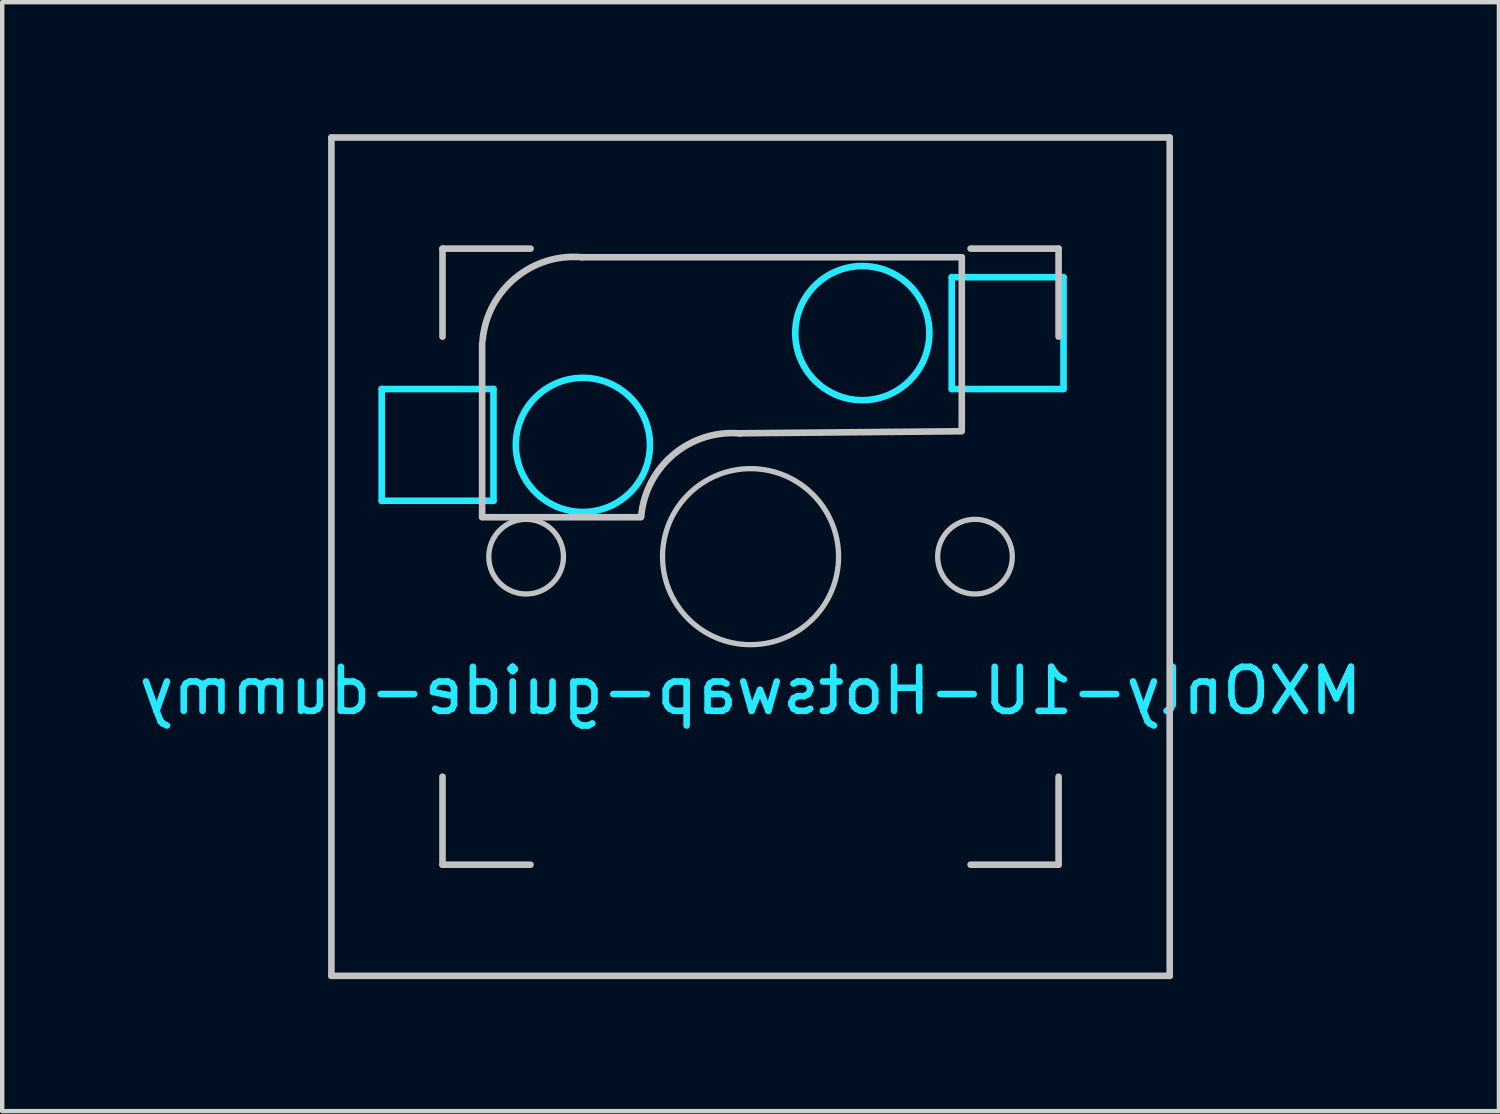
<source format=kicad_pcb>
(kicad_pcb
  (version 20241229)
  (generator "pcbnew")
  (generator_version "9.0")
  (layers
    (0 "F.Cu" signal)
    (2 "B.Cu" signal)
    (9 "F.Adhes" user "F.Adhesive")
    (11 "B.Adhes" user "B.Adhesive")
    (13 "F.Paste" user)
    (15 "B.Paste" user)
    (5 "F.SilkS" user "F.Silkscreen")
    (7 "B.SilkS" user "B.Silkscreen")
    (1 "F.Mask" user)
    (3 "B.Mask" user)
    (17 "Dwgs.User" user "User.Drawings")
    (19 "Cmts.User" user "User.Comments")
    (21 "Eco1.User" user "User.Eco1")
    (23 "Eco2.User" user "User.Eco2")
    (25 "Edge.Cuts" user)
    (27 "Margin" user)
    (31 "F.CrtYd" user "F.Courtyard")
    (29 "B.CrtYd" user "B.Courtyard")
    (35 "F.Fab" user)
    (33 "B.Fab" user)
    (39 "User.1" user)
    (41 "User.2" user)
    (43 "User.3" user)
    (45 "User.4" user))
  (footprint "MXOnly-1U-Hotswap-guide-dummy"
    (layer "F.Cu")
    (at 14.006 9.6)
    (property "Reference" "MXOnly-1U-Hotswap-guide-dummy" (at 0 3.048 0) (layer "B.CrtYd") (effects (font (size 1 1) (thickness 0.15)) (justify mirror)))
    (attr smd)
    (fp_line (start -9.525 -9.525) (end 9.525 -9.525) (stroke (width 0.15) (type solid)) (layer "Dwgs.User"))
    (fp_line (start -9.525 9.525) (end -9.525 -9.525) (stroke (width 0.15) (type solid)) (layer "Dwgs.User"))
    (fp_line (start -7 -7) (end -7 -5) (stroke (width 0.15) (type solid)) (layer "Dwgs.User"))
    (fp_line (start -7 5) (end -7 7) (stroke (width 0.15) (type solid)) (layer "Dwgs.User"))
    (fp_line (start -7 7) (end -5 7) (stroke (width 0.15) (type solid)) (layer "Dwgs.User"))
    (fp_line (start -6.1 -4.85) (end -6.1 -0.905) (stroke (width 0.15) (type solid)) (layer "Dwgs.User"))
    (fp_line (start -6.1 -0.896) (end -2.49 -0.896) (stroke (width 0.15) (type solid)) (layer "Dwgs.User"))
    (fp_line (start -5 -7) (end -7 -7) (stroke (width 0.15) (type solid)) (layer "Dwgs.User"))
    (fp_line (start 4.8 -6.804) (end -3.825 -6.804) (stroke (width 0.15) (type solid)) (layer "Dwgs.User"))
    (fp_line (start 4.8 -2.896) (end 4.8 -6.804) (stroke (width 0.15) (type solid)) (layer "Dwgs.User"))
    (fp_line (start 4.8 -2.85) (end -0.25 -2.804) (stroke (width 0.15) (type solid)) (layer "Dwgs.User"))
    (fp_line (start 5 -7) (end 7 -7) (stroke (width 0.15) (type solid)) (layer "Dwgs.User"))
    (fp_line (start 5 7) (end 7 7) (stroke (width 0.15) (type solid)) (layer "Dwgs.User"))
    (fp_line (start 7 -7) (end 7 -5) (stroke (width 0.15) (type solid)) (layer "Dwgs.User"))
    (fp_line (start 7 7) (end 7 5) (stroke (width 0.15) (type solid)) (layer "Dwgs.User"))
    (fp_line (start 9.525 -9.525) (end 9.525 9.525) (stroke (width 0.15) (type solid)) (layer "Dwgs.User"))
    (fp_line (start 9.525 9.525) (end -9.525 9.525) (stroke (width 0.15) (type solid)) (layer "Dwgs.User"))
    (fp_arc (start -6.089 -4.92) (mid -5.347189 -6.33089) (end -3.825 -6.804) (stroke (width 0.15) (type solid)) (layer "Dwgs.User"))
    (fp_arc (start -2.485 -0.92) (mid -1.744361 -2.328061) (end -0.225 -2.8) (stroke (width 0.15) (type solid)) (layer "Dwgs.User"))
    (fp_circle (center -5.1 0) (end -4.5 0.6) (stroke (width 0.12) (type solid)) (fill no) (layer "Dwgs.User"))
    (fp_circle (center 0 0) (end 2 0) (stroke (width 0.12) (type solid)) (fill no) (layer "Dwgs.User"))
    (fp_circle (center 5.1 0) (end 5.7 0.6) (stroke (width 0.12) (type solid)) (fill no) (layer "Dwgs.User"))
    (fp_line (start -8.382 -3.81) (end -8.382 -1.27) (stroke (width 0.15) (type solid)) (layer "B.CrtYd"))
    (fp_line (start -8.382 -1.27) (end -5.842 -1.27) (stroke (width 0.15) (type solid)) (layer "B.CrtYd"))
    (fp_line (start -5.842 -3.81) (end -8.382 -3.81) (stroke (width 0.15) (type solid)) (layer "B.CrtYd"))
    (fp_line (start -5.842 -1.27) (end -5.842 -3.81) (stroke (width 0.15) (type solid)) (layer "B.CrtYd"))
    (fp_line (start 4.572 -6.35) (end 7.112 -6.35) (stroke (width 0.15) (type solid)) (layer "B.CrtYd"))
    (fp_line (start 4.572 -3.81) (end 4.572 -6.35) (stroke (width 0.15) (type solid)) (layer "B.CrtYd"))
    (fp_line (start 7.112 -6.35) (end 7.112 -3.81) (stroke (width 0.15) (type solid)) (layer "B.CrtYd"))
    (fp_line (start 7.112 -3.81) (end 4.572 -3.81) (stroke (width 0.15) (type solid)) (layer "B.CrtYd"))
    (fp_circle (center -3.81 -2.54) (end -3.81 -4.064) (stroke (width 0.15) (type solid)) (fill no) (layer "B.CrtYd"))
    (fp_circle (center 2.54 -5.08) (end 2.54 -6.604) (stroke (width 0.15) (type solid)) (fill no) (layer "B.CrtYd")))
  (gr_rect
    (start -3 -3)
    (end 31.012 22.2)
    (stroke (width 0.1) (type default))
    (fill no)
    (layer "Edge.Cuts")))
</source>
